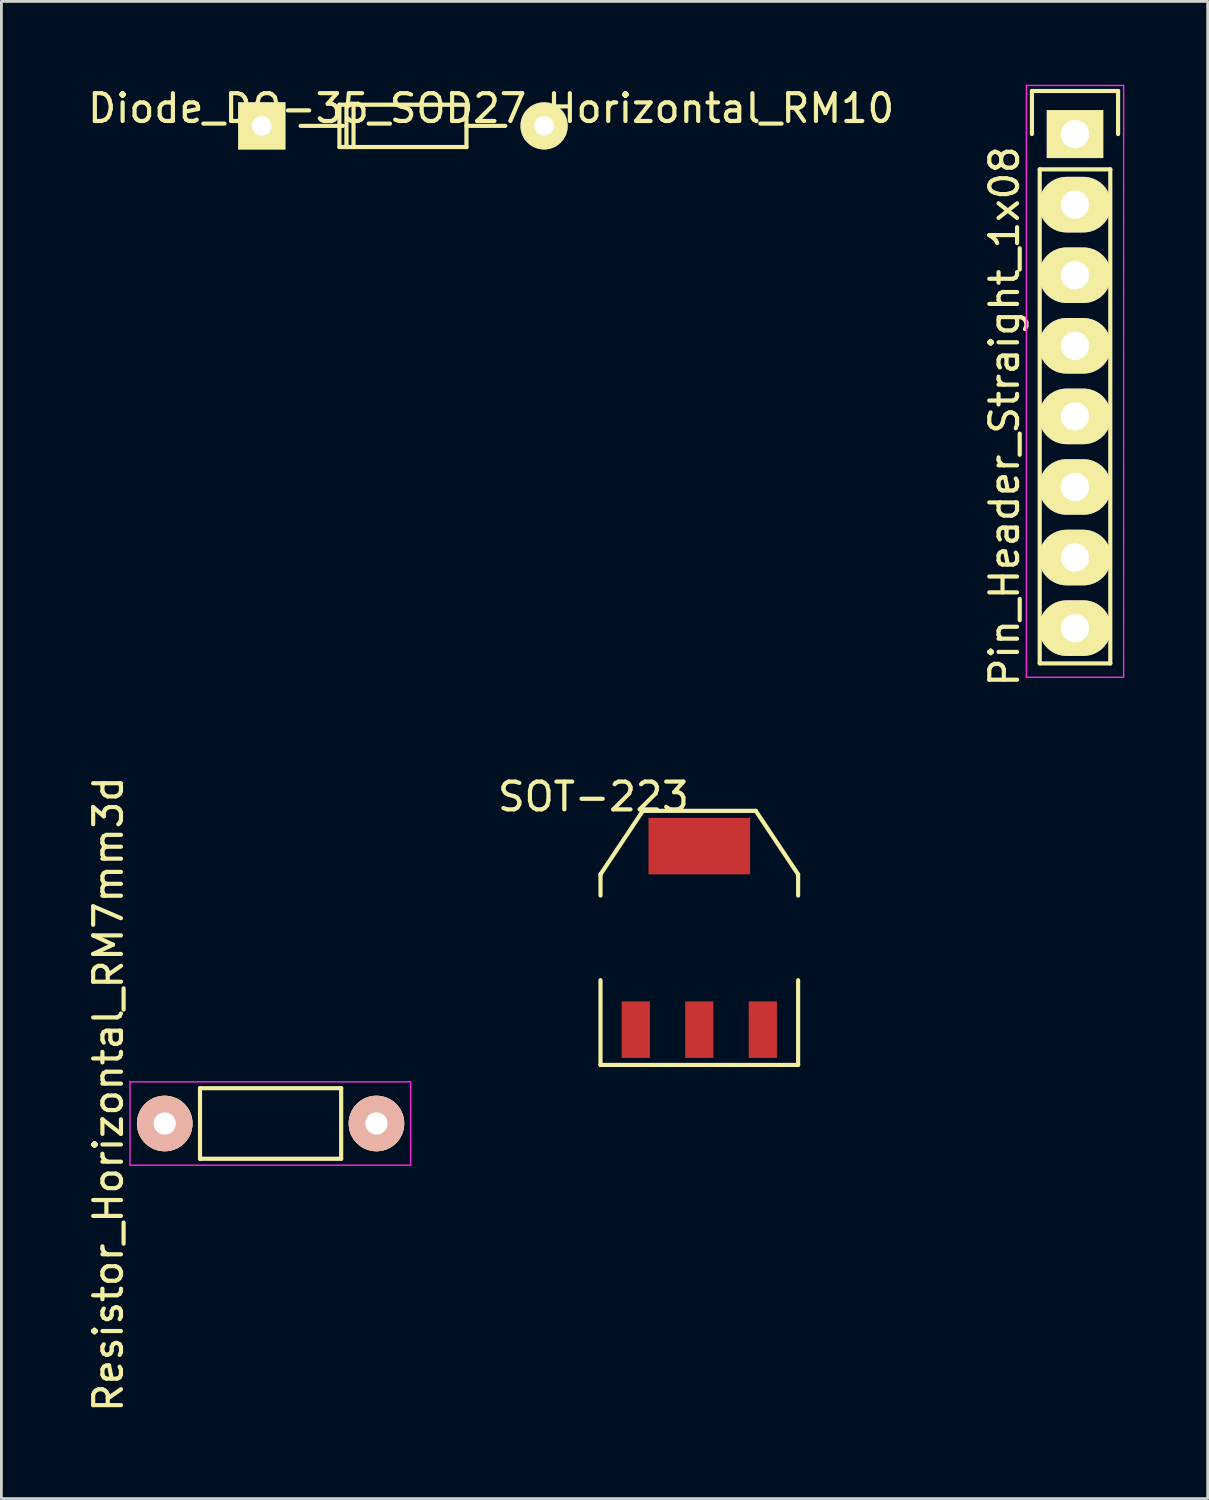
<source format=kicad_pcb>
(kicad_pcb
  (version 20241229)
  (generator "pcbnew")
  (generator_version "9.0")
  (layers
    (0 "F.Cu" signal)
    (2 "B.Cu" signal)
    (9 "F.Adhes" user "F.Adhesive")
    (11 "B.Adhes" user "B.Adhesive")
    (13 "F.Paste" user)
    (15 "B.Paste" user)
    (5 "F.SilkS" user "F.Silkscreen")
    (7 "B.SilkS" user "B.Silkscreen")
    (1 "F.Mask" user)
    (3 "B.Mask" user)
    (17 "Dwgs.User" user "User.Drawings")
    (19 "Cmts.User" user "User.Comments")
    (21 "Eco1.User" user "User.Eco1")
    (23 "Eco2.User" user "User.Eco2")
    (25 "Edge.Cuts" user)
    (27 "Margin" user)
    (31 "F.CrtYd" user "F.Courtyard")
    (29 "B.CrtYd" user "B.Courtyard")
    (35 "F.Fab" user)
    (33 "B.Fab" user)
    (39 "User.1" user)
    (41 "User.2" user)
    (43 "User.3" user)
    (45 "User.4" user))
  (footprint "SOT-223"
    (layer "F.Cu")
    (at 22.117 30.703)
    (property "Reference" "SOT-223" (at -3.81 -5.08 0) (layer "F.SilkS") (effects (font (size 1 1) (thickness 0.15))))
    (attr smd)
    (fp_line (start -3.556 -2.286) (end -2.032 -4.572) (stroke (width 0.15) (type solid)) (layer "F.SilkS"))
    (fp_line (start -3.556 -1.524) (end -3.556 -2.286) (stroke (width 0.15) (type solid)) (layer "F.SilkS"))
    (fp_line (start -3.556 1.524) (end -3.556 4.572) (stroke (width 0.15) (type solid)) (layer "F.SilkS"))
    (fp_line (start -3.556 4.572) (end 3.556 4.572) (stroke (width 0.15) (type solid)) (layer "F.SilkS"))
    (fp_line (start -2.032 -4.572) (end 2.032 -4.572) (stroke (width 0.15) (type solid)) (layer "F.SilkS"))
    (fp_line (start 2.032 -4.572) (end 3.556 -2.286) (stroke (width 0.15) (type solid)) (layer "F.SilkS"))
    (fp_line (start 3.556 -2.286) (end 3.556 -1.524) (stroke (width 0.15) (type solid)) (layer "F.SilkS"))
    (fp_line (start 3.556 4.572) (end 3.556 1.524) (stroke (width 0.15) (type solid)) (layer "F.SilkS"))
    (pad "1" smd rect (at -2.286 3.302) (size 1.016 2.032) (layers "F.Cu" "F.Mask" "F.Paste"))
    (pad "2" smd rect (at 0 3.302) (size 1.016 2.032) (layers "F.Cu" "F.Mask" "F.Paste"))
    (pad "3" smd rect (at 2.286 3.302) (size 1.016 2.032) (layers "F.Cu" "F.Mask" "F.Paste"))
    (pad "4" smd rect (at 0 -3.302) (size 3.658 2.032) (layers "F.Cu" "F.Mask" "F.Paste")))
  (footprint "Resistor_Horizontal_RM7mm3d"
    (layer "F.Cu")
    (at 2.878 37.383)
    (property "Reference" "Resistor_Horizontal_RM7mm3d" (at -2.03 -1.055 90) (layer "F.SilkS") (effects (font (size 1 1) (thickness 0.15))))
    (attr through_hole)
    (fp_line (start 1.27 -1.27) (end 6.35 -1.27) (stroke (width 0.15) (type solid)) (layer "F.SilkS"))
    (fp_line (start 1.27 1.27) (end 1.27 -1.27) (stroke (width 0.15) (type solid)) (layer "F.SilkS"))
    (fp_line (start 6.35 -1.27) (end 6.35 1.27) (stroke (width 0.15) (type solid)) (layer "F.SilkS"))
    (fp_line (start 6.35 1.27) (end 1.27 1.27) (stroke (width 0.15) (type solid)) (layer "F.SilkS"))
    (fp_line (start -1.25 -1.5) (end 8.85 -1.5) (stroke (width 0.05) (type solid)) (layer "F.CrtYd"))
    (fp_line (start -1.25 1.5) (end -1.25 -1.5) (stroke (width 0.05) (type solid)) (layer "F.CrtYd"))
    (fp_line (start -1.25 1.5) (end 8.85 1.5) (stroke (width 0.05) (type solid)) (layer "F.CrtYd"))
    (fp_line (start 8.85 -1.5) (end 8.85 1.5) (stroke (width 0.05) (type solid)) (layer "F.CrtYd"))
    (pad "1" thru_hole circle (at 0 0) (size 1.999 1.999) (drill 0.8) (layers "*.Cu" "*.SilkS" "*.Mask"))
    (pad "2" thru_hole circle (at 7.62 0) (size 1.999 1.999) (drill 0.8) (layers "*.Cu" "*.SilkS" "*.Mask")))
  (footprint "Pin_Header_Straight_1x08"
    (layer "F.Cu")
    (at 35.638 1.775)
    (property "Reference" "Pin_Header_Straight_1x08" (at -2.54 10.16 90) (layer "F.SilkS") (effects (font (size 1 1) (thickness 0.15))))
    (attr through_hole)
    (fp_line (start -1.55 -1.55) (end 1.55 -1.55) (stroke (width 0.15) (type solid)) (layer "F.SilkS"))
    (fp_line (start -1.55 0) (end -1.55 -1.55) (stroke (width 0.15) (type solid)) (layer "F.SilkS"))
    (fp_line (start -1.27 19.05) (end -1.27 1.27) (stroke (width 0.15) (type solid)) (layer "F.SilkS"))
    (fp_line (start 1.27 1.27) (end -1.27 1.27) (stroke (width 0.15) (type solid)) (layer "F.SilkS"))
    (fp_line (start 1.27 1.27) (end 1.27 19.05) (stroke (width 0.15) (type solid)) (layer "F.SilkS"))
    (fp_line (start 1.27 19.05) (end -1.27 19.05) (stroke (width 0.15) (type solid)) (layer "F.SilkS"))
    (fp_line (start 1.55 -1.55) (end 1.55 0) (stroke (width 0.15) (type solid)) (layer "F.SilkS"))
    (fp_line (start -1.75 -1.75) (end -1.75 19.55) (stroke (width 0.05) (type solid)) (layer "F.CrtYd"))
    (fp_line (start -1.75 -1.75) (end 1.75 -1.75) (stroke (width 0.05) (type solid)) (layer "F.CrtYd"))
    (fp_line (start -1.75 19.55) (end 1.75 19.55) (stroke (width 0.05) (type solid)) (layer "F.CrtYd"))
    (fp_line (start 1.75 -1.75) (end 1.75 19.55) (stroke (width 0.05) (type solid)) (layer "F.CrtYd"))
    (pad "1" thru_hole rect (at 0 0) (size 2.032 1.727) (drill 1.016) (layers "*.Cu" "*.Mask" "F.SilkS"))
    (pad "2" thru_hole oval (at 0 2.54) (size 2.6 2) (drill 1.016) (layers "*.Cu" "*.Mask" "F.SilkS"))
    (pad "3" thru_hole oval (at 0 5.08) (size 2.6 2) (drill 1.016) (layers "*.Cu" "*.Mask" "F.SilkS"))
    (pad "4" thru_hole oval (at 0 7.62) (size 2.6 2) (drill 1.016) (layers "*.Cu" "*.Mask" "F.SilkS"))
    (pad "5" thru_hole oval (at 0 10.16) (size 2.6 2) (drill 1.016) (layers "*.Cu" "*.Mask" "F.SilkS"))
    (pad "6" thru_hole oval (at 0 12.7) (size 2.6 2) (drill 1.016) (layers "*.Cu" "*.Mask" "F.SilkS"))
    (pad "7" thru_hole oval (at 0 15.24) (size 2.6 2) (drill 1.016) (layers "*.Cu" "*.Mask" "F.SilkS"))
    (pad "8" thru_hole oval (at 0 17.78) (size 2.6 2) (drill 1.016) (layers "*.Cu" "*.Mask" "F.SilkS")))
  (footprint "Diode_DO-35_SOD27_Horizontal_RM10"
    (layer "F.Cu")
    (at 6.37 1.483)
    (property "Reference" "Diode_DO-35_SOD27_Horizontal_RM10" (at 8.255 -0.635 0) (layer "F.SilkS") (effects (font (size 1 1) (thickness 0.15))))
    (attr through_hole)
    (fp_line (start 2.795 -0.765) (end 2.795 -0.003) (stroke (width 0.15) (type solid)) (layer "F.SilkS"))
    (fp_line (start 2.795 -0.003) (end 2.795 0.759) (stroke (width 0.15) (type solid)) (layer "F.SilkS"))
    (fp_line (start 2.795 0.759) (end 7.367 0.759) (stroke (width 0.15) (type solid)) (layer "F.SilkS"))
    (fp_line (start 2.922 -0.003) (end 1.398 -0.003) (stroke (width 0.15) (type solid)) (layer "F.SilkS"))
    (fp_line (start 3.049 -0.765) (end 3.049 0.759) (stroke (width 0.15) (type solid)) (layer "F.SilkS"))
    (fp_line (start 3.303 -0.765) (end 3.303 0.759) (stroke (width 0.15) (type solid)) (layer "F.SilkS"))
    (fp_line (start 7.367 -0.765) (end 2.795 -0.765) (stroke (width 0.15) (type solid)) (layer "F.SilkS"))
    (fp_line (start 7.367 -0.003) (end 8.764 -0.003) (stroke (width 0.15) (type solid)) (layer "F.SilkS"))
    (fp_line (start 7.367 0.759) (end 7.367 -0.765) (stroke (width 0.15) (type solid)) (layer "F.SilkS"))
    (pad "1" thru_hole rect (at 0.001 -0.003 180) (size 1.699 1.699) (drill 0.701) (layers "*.Cu" "*.Mask" "F.SilkS"))
    (pad "2" thru_hole circle (at 10.161 -0.003 180) (size 1.699 1.699) (drill 0.701) (layers "*.Cu" "*.Mask" "F.SilkS")))
  (gr_rect
    (start -3 -3)
    (end 40.413 50.881)
    (stroke (width 0.1) (type default))
    (fill no)
    (layer "Edge.Cuts")))
</source>
